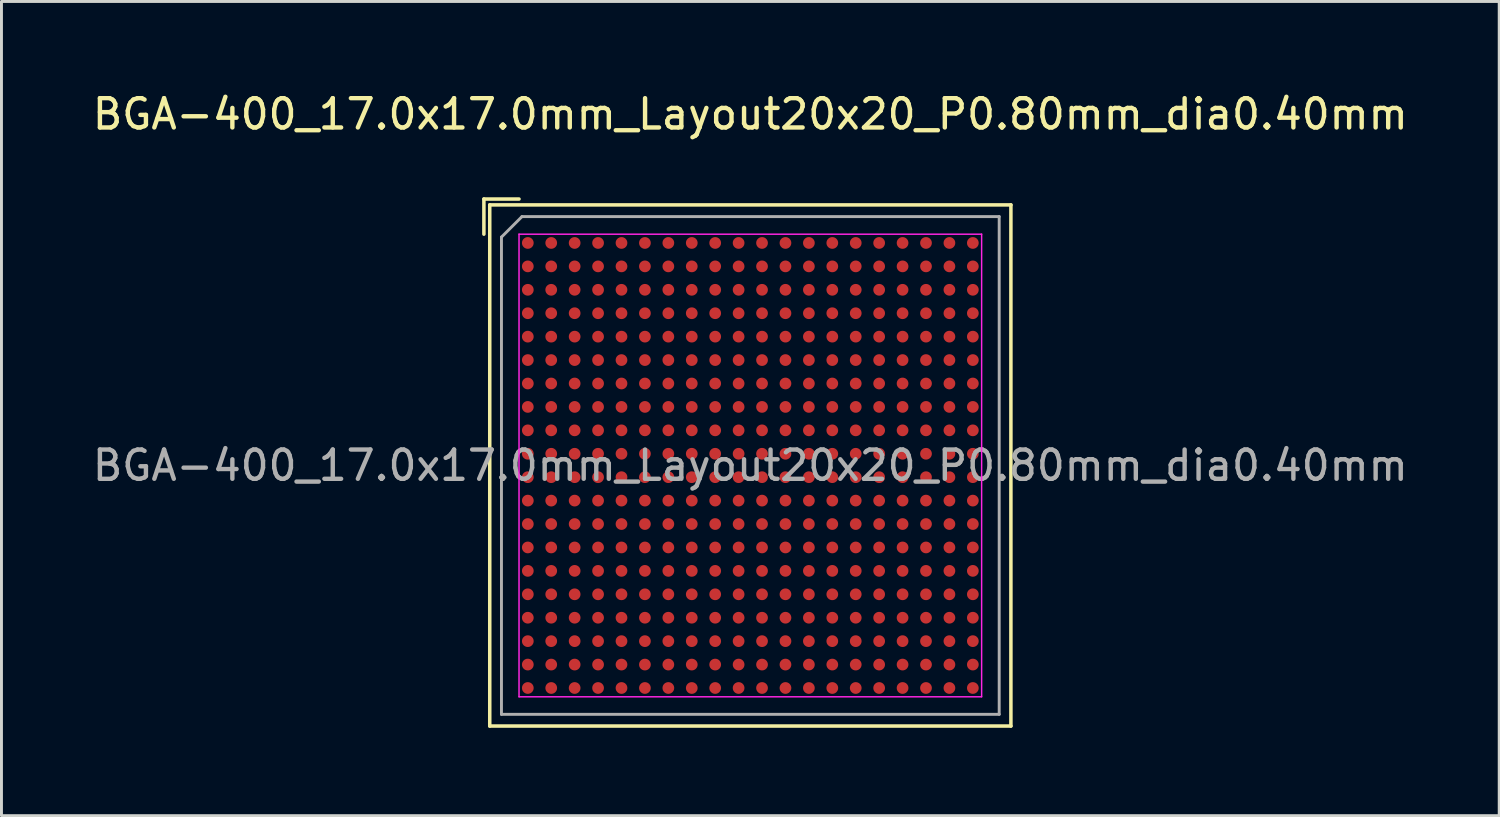
<source format=kicad_pcb>
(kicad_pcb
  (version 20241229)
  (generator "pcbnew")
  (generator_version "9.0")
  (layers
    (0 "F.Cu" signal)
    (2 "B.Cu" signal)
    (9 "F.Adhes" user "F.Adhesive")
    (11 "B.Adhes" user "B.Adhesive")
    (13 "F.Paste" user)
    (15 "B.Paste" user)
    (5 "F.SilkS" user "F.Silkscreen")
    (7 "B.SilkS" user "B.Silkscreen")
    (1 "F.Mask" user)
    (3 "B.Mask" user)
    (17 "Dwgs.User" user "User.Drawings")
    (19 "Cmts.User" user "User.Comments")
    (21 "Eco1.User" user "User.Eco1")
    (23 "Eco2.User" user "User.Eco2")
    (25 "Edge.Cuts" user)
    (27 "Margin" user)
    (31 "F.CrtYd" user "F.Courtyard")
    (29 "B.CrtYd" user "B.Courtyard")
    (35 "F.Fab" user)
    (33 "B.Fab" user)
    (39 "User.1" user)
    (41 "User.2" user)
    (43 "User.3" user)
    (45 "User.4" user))
  (footprint "BGA-400_17.0x17.0mm_Layout20x20_P0.80mm_dia0.40mm"
    (layer "F.Cu")
    (at 22.577 12.848)
    (property "Reference" "BGA-400_17.0x17.0mm_Layout20x20_P0.80mm_dia0.40mm" (at 0 -12 0) (layer "F.SilkS") (effects (font (size 1 1) (thickness 0.15))))
    (attr smd)
    (fp_line (start -9.1 -9.1) (end -7.9 -9.1) (stroke (width 0.12) (type solid)) (layer "F.SilkS"))
    (fp_line (start -9.1 -7.9) (end -9.1 -9.1) (stroke (width 0.12) (type solid)) (layer "F.SilkS"))
    (fp_line (start -8.9 -8.9) (end 8.9 -8.9) (stroke (width 0.12) (type solid)) (layer "F.SilkS"))
    (fp_line (start -8.9 8.9) (end -8.9 -8.9) (stroke (width 0.12) (type solid)) (layer "F.SilkS"))
    (fp_line (start 8.9 -8.9) (end 8.9 8.9) (stroke (width 0.12) (type solid)) (layer "F.SilkS"))
    (fp_line (start 8.9 8.9) (end -8.9 8.9) (stroke (width 0.12) (type solid)) (layer "F.SilkS"))
    (fp_line (start -7.9 -7.9) (end -7.9 7.9) (stroke (width 0.05) (type solid)) (layer "F.CrtYd"))
    (fp_line (start -7.9 -7.9) (end 7.9 -7.9) (stroke (width 0.05) (type solid)) (layer "F.CrtYd"))
    (fp_line (start 7.9 7.9) (end -7.9 7.9) (stroke (width 0.05) (type solid)) (layer "F.CrtYd"))
    (fp_line (start 7.9 7.9) (end 7.9 -7.9) (stroke (width 0.05) (type solid)) (layer "F.CrtYd"))
    (fp_line (start -8.5 -7.8) (end -7.8 -8.5) (stroke (width 0.1) (type solid)) (layer "F.Fab"))
    (fp_line (start -8.5 8.5) (end -8.5 -7.8) (stroke (width 0.1) (type solid)) (layer "F.Fab"))
    (fp_line (start -7.8 -8.5) (end 8.5 -8.5) (stroke (width 0.1) (type solid)) (layer "F.Fab"))
    (fp_line (start 8.5 -8.5) (end 8.5 8.5) (stroke (width 0.1) (type solid)) (layer "F.Fab"))
    (fp_line (start 8.5 8.5) (end -8.5 8.5) (stroke (width 0.1) (type solid)) (layer "F.Fab"))
    (fp_text user "${REFERENCE}" (at 0 0 0) (layer "F.Fab") (effects (font (size 1 1) (thickness 0.15))))
    (pad "A1" smd circle (at -7.6 -7.6) (size 0.4 0.4) (layers "F.Cu" "F.Mask" "F.Paste"))
    (pad "A2" smd circle (at -6.8 -7.6) (size 0.4 0.4) (layers "F.Cu" "F.Mask" "F.Paste"))
    (pad "A3" smd circle (at -6 -7.6) (size 0.4 0.4) (layers "F.Cu" "F.Mask" "F.Paste"))
    (pad "A4" smd circle (at -5.2 -7.6) (size 0.4 0.4) (layers "F.Cu" "F.Mask" "F.Paste"))
    (pad "A5" smd circle (at -4.4 -7.6) (size 0.4 0.4) (layers "F.Cu" "F.Mask" "F.Paste"))
    (pad "A6" smd circle (at -3.6 -7.6) (size 0.4 0.4) (layers "F.Cu" "F.Mask" "F.Paste"))
    (pad "A7" smd circle (at -2.8 -7.6) (size 0.4 0.4) (layers "F.Cu" "F.Mask" "F.Paste"))
    (pad "A8" smd circle (at -2 -7.6) (size 0.4 0.4) (layers "F.Cu" "F.Mask" "F.Paste"))
    (pad "A9" smd circle (at -1.2 -7.6) (size 0.4 0.4) (layers "F.Cu" "F.Mask" "F.Paste"))
    (pad "A10" smd circle (at -0.4 -7.6) (size 0.4 0.4) (layers "F.Cu" "F.Mask" "F.Paste"))
    (pad "A11" smd circle (at 0.4 -7.6) (size 0.4 0.4) (layers "F.Cu" "F.Mask" "F.Paste"))
    (pad "A12" smd circle (at 1.2 -7.6) (size 0.4 0.4) (layers "F.Cu" "F.Mask" "F.Paste"))
    (pad "A13" smd circle (at 2 -7.6) (size 0.4 0.4) (layers "F.Cu" "F.Mask" "F.Paste"))
    (pad "A14" smd circle (at 2.8 -7.6) (size 0.4 0.4) (layers "F.Cu" "F.Mask" "F.Paste"))
    (pad "A15" smd circle (at 3.6 -7.6) (size 0.4 0.4) (layers "F.Cu" "F.Mask" "F.Paste"))
    (pad "A16" smd circle (at 4.4 -7.6) (size 0.4 0.4) (layers "F.Cu" "F.Mask" "F.Paste"))
    (pad "A17" smd circle (at 5.2 -7.6) (size 0.4 0.4) (layers "F.Cu" "F.Mask" "F.Paste"))
    (pad "A18" smd circle (at 6 -7.6) (size 0.4 0.4) (layers "F.Cu" "F.Mask" "F.Paste"))
    (pad "A19" smd circle (at 6.8 -7.6) (size 0.4 0.4) (layers "F.Cu" "F.Mask" "F.Paste"))
    (pad "A20" smd circle (at 7.6 -7.6) (size 0.4 0.4) (layers "F.Cu" "F.Mask" "F.Paste"))
    (pad "B1" smd circle (at -7.6 -6.8) (size 0.4 0.4) (layers "F.Cu" "F.Mask" "F.Paste"))
    (pad "B2" smd circle (at -6.8 -6.8) (size 0.4 0.4) (layers "F.Cu" "F.Mask" "F.Paste"))
    (pad "B3" smd circle (at -6 -6.8) (size 0.4 0.4) (layers "F.Cu" "F.Mask" "F.Paste"))
    (pad "B4" smd circle (at -5.2 -6.8) (size 0.4 0.4) (layers "F.Cu" "F.Mask" "F.Paste"))
    (pad "B5" smd circle (at -4.4 -6.8) (size 0.4 0.4) (layers "F.Cu" "F.Mask" "F.Paste"))
    (pad "B6" smd circle (at -3.6 -6.8) (size 0.4 0.4) (layers "F.Cu" "F.Mask" "F.Paste"))
    (pad "B7" smd circle (at -2.8 -6.8) (size 0.4 0.4) (layers "F.Cu" "F.Mask" "F.Paste"))
    (pad "B8" smd circle (at -2 -6.8) (size 0.4 0.4) (layers "F.Cu" "F.Mask" "F.Paste"))
    (pad "B9" smd circle (at -1.2 -6.8) (size 0.4 0.4) (layers "F.Cu" "F.Mask" "F.Paste"))
    (pad "B10" smd circle (at -0.4 -6.8) (size 0.4 0.4) (layers "F.Cu" "F.Mask" "F.Paste"))
    (pad "B11" smd circle (at 0.4 -6.8) (size 0.4 0.4) (layers "F.Cu" "F.Mask" "F.Paste"))
    (pad "B12" smd circle (at 1.2 -6.8) (size 0.4 0.4) (layers "F.Cu" "F.Mask" "F.Paste"))
    (pad "B13" smd circle (at 2 -6.8) (size 0.4 0.4) (layers "F.Cu" "F.Mask" "F.Paste"))
    (pad "B14" smd circle (at 2.8 -6.8) (size 0.4 0.4) (layers "F.Cu" "F.Mask" "F.Paste"))
    (pad "B15" smd circle (at 3.6 -6.8) (size 0.4 0.4) (layers "F.Cu" "F.Mask" "F.Paste"))
    (pad "B16" smd circle (at 4.4 -6.8) (size 0.4 0.4) (layers "F.Cu" "F.Mask" "F.Paste"))
    (pad "B17" smd circle (at 5.2 -6.8) (size 0.4 0.4) (layers "F.Cu" "F.Mask" "F.Paste"))
    (pad "B18" smd circle (at 6 -6.8) (size 0.4 0.4) (layers "F.Cu" "F.Mask" "F.Paste"))
    (pad "B19" smd circle (at 6.8 -6.8) (size 0.4 0.4) (layers "F.Cu" "F.Mask" "F.Paste"))
    (pad "B20" smd circle (at 7.6 -6.8) (size 0.4 0.4) (layers "F.Cu" "F.Mask" "F.Paste"))
    (pad "C1" smd circle (at -7.6 -6) (size 0.4 0.4) (layers "F.Cu" "F.Mask" "F.Paste"))
    (pad "C2" smd circle (at -6.8 -6) (size 0.4 0.4) (layers "F.Cu" "F.Mask" "F.Paste"))
    (pad "C3" smd circle (at -6 -6) (size 0.4 0.4) (layers "F.Cu" "F.Mask" "F.Paste"))
    (pad "C4" smd circle (at -5.2 -6) (size 0.4 0.4) (layers "F.Cu" "F.Mask" "F.Paste"))
    (pad "C5" smd circle (at -4.4 -6) (size 0.4 0.4) (layers "F.Cu" "F.Mask" "F.Paste"))
    (pad "C6" smd circle (at -3.6 -6) (size 0.4 0.4) (layers "F.Cu" "F.Mask" "F.Paste"))
    (pad "C7" smd circle (at -2.8 -6) (size 0.4 0.4) (layers "F.Cu" "F.Mask" "F.Paste"))
    (pad "C8" smd circle (at -2 -6) (size 0.4 0.4) (layers "F.Cu" "F.Mask" "F.Paste"))
    (pad "C9" smd circle (at -1.2 -6) (size 0.4 0.4) (layers "F.Cu" "F.Mask" "F.Paste"))
    (pad "C10" smd circle (at -0.4 -6) (size 0.4 0.4) (layers "F.Cu" "F.Mask" "F.Paste"))
    (pad "C11" smd circle (at 0.4 -6) (size 0.4 0.4) (layers "F.Cu" "F.Mask" "F.Paste"))
    (pad "C12" smd circle (at 1.2 -6) (size 0.4 0.4) (layers "F.Cu" "F.Mask" "F.Paste"))
    (pad "C13" smd circle (at 2 -6) (size 0.4 0.4) (layers "F.Cu" "F.Mask" "F.Paste"))
    (pad "C14" smd circle (at 2.8 -6) (size 0.4 0.4) (layers "F.Cu" "F.Mask" "F.Paste"))
    (pad "C15" smd circle (at 3.6 -6) (size 0.4 0.4) (layers "F.Cu" "F.Mask" "F.Paste"))
    (pad "C16" smd circle (at 4.4 -6) (size 0.4 0.4) (layers "F.Cu" "F.Mask" "F.Paste"))
    (pad "C17" smd circle (at 5.2 -6) (size 0.4 0.4) (layers "F.Cu" "F.Mask" "F.Paste"))
    (pad "C18" smd circle (at 6 -6) (size 0.4 0.4) (layers "F.Cu" "F.Mask" "F.Paste"))
    (pad "C19" smd circle (at 6.8 -6) (size 0.4 0.4) (layers "F.Cu" "F.Mask" "F.Paste"))
    (pad "C20" smd circle (at 7.6 -6) (size 0.4 0.4) (layers "F.Cu" "F.Mask" "F.Paste"))
    (pad "D1" smd circle (at -7.6 -5.2) (size 0.4 0.4) (layers "F.Cu" "F.Mask" "F.Paste"))
    (pad "D2" smd circle (at -6.8 -5.2) (size 0.4 0.4) (layers "F.Cu" "F.Mask" "F.Paste"))
    (pad "D3" smd circle (at -6 -5.2) (size 0.4 0.4) (layers "F.Cu" "F.Mask" "F.Paste"))
    (pad "D4" smd circle (at -5.2 -5.2) (size 0.4 0.4) (layers "F.Cu" "F.Mask" "F.Paste"))
    (pad "D5" smd circle (at -4.4 -5.2) (size 0.4 0.4) (layers "F.Cu" "F.Mask" "F.Paste"))
    (pad "D6" smd circle (at -3.6 -5.2) (size 0.4 0.4) (layers "F.Cu" "F.Mask" "F.Paste"))
    (pad "D7" smd circle (at -2.8 -5.2) (size 0.4 0.4) (layers "F.Cu" "F.Mask" "F.Paste"))
    (pad "D8" smd circle (at -2 -5.2) (size 0.4 0.4) (layers "F.Cu" "F.Mask" "F.Paste"))
    (pad "D9" smd circle (at -1.2 -5.2) (size 0.4 0.4) (layers "F.Cu" "F.Mask" "F.Paste"))
    (pad "D10" smd circle (at -0.4 -5.2) (size 0.4 0.4) (layers "F.Cu" "F.Mask" "F.Paste"))
    (pad "D11" smd circle (at 0.4 -5.2) (size 0.4 0.4) (layers "F.Cu" "F.Mask" "F.Paste"))
    (pad "D12" smd circle (at 1.2 -5.2) (size 0.4 0.4) (layers "F.Cu" "F.Mask" "F.Paste"))
    (pad "D13" smd circle (at 2 -5.2) (size 0.4 0.4) (layers "F.Cu" "F.Mask" "F.Paste"))
    (pad "D14" smd circle (at 2.8 -5.2) (size 0.4 0.4) (layers "F.Cu" "F.Mask" "F.Paste"))
    (pad "D15" smd circle (at 3.6 -5.2) (size 0.4 0.4) (layers "F.Cu" "F.Mask" "F.Paste"))
    (pad "D16" smd circle (at 4.4 -5.2) (size 0.4 0.4) (layers "F.Cu" "F.Mask" "F.Paste"))
    (pad "D17" smd circle (at 5.2 -5.2) (size 0.4 0.4) (layers "F.Cu" "F.Mask" "F.Paste"))
    (pad "D18" smd circle (at 6 -5.2) (size 0.4 0.4) (layers "F.Cu" "F.Mask" "F.Paste"))
    (pad "D19" smd circle (at 6.8 -5.2) (size 0.4 0.4) (layers "F.Cu" "F.Mask" "F.Paste"))
    (pad "D20" smd circle (at 7.6 -5.2) (size 0.4 0.4) (layers "F.Cu" "F.Mask" "F.Paste"))
    (pad "E1" smd circle (at -7.6 -4.4) (size 0.4 0.4) (layers "F.Cu" "F.Mask" "F.Paste"))
    (pad "E2" smd circle (at -6.8 -4.4) (size 0.4 0.4) (layers "F.Cu" "F.Mask" "F.Paste"))
    (pad "E3" smd circle (at -6 -4.4) (size 0.4 0.4) (layers "F.Cu" "F.Mask" "F.Paste"))
    (pad "E4" smd circle (at -5.2 -4.4) (size 0.4 0.4) (layers "F.Cu" "F.Mask" "F.Paste"))
    (pad "E5" smd circle (at -4.4 -4.4) (size 0.4 0.4) (layers "F.Cu" "F.Mask" "F.Paste"))
    (pad "E6" smd circle (at -3.6 -4.4) (size 0.4 0.4) (layers "F.Cu" "F.Mask" "F.Paste"))
    (pad "E7" smd circle (at -2.8 -4.4) (size 0.4 0.4) (layers "F.Cu" "F.Mask" "F.Paste"))
    (pad "E8" smd circle (at -2 -4.4) (size 0.4 0.4) (layers "F.Cu" "F.Mask" "F.Paste"))
    (pad "E9" smd circle (at -1.2 -4.4) (size 0.4 0.4) (layers "F.Cu" "F.Mask" "F.Paste"))
    (pad "E10" smd circle (at -0.4 -4.4) (size 0.4 0.4) (layers "F.Cu" "F.Mask" "F.Paste"))
    (pad "E11" smd circle (at 0.4 -4.4) (size 0.4 0.4) (layers "F.Cu" "F.Mask" "F.Paste"))
    (pad "E12" smd circle (at 1.2 -4.4) (size 0.4 0.4) (layers "F.Cu" "F.Mask" "F.Paste"))
    (pad "E13" smd circle (at 2 -4.4) (size 0.4 0.4) (layers "F.Cu" "F.Mask" "F.Paste"))
    (pad "E14" smd circle (at 2.8 -4.4) (size 0.4 0.4) (layers "F.Cu" "F.Mask" "F.Paste"))
    (pad "E15" smd circle (at 3.6 -4.4) (size 0.4 0.4) (layers "F.Cu" "F.Mask" "F.Paste"))
    (pad "E16" smd circle (at 4.4 -4.4) (size 0.4 0.4) (layers "F.Cu" "F.Mask" "F.Paste"))
    (pad "E17" smd circle (at 5.2 -4.4) (size 0.4 0.4) (layers "F.Cu" "F.Mask" "F.Paste"))
    (pad "E18" smd circle (at 6 -4.4) (size 0.4 0.4) (layers "F.Cu" "F.Mask" "F.Paste"))
    (pad "E19" smd circle (at 6.8 -4.4) (size 0.4 0.4) (layers "F.Cu" "F.Mask" "F.Paste"))
    (pad "E20" smd circle (at 7.6 -4.4) (size 0.4 0.4) (layers "F.Cu" "F.Mask" "F.Paste"))
    (pad "F1" smd circle (at -7.6 -3.6) (size 0.4 0.4) (layers "F.Cu" "F.Mask" "F.Paste"))
    (pad "F2" smd circle (at -6.8 -3.6) (size 0.4 0.4) (layers "F.Cu" "F.Mask" "F.Paste"))
    (pad "F3" smd circle (at -6 -3.6) (size 0.4 0.4) (layers "F.Cu" "F.Mask" "F.Paste"))
    (pad "F4" smd circle (at -5.2 -3.6) (size 0.4 0.4) (layers "F.Cu" "F.Mask" "F.Paste"))
    (pad "F5" smd circle (at -4.4 -3.6) (size 0.4 0.4) (layers "F.Cu" "F.Mask" "F.Paste"))
    (pad "F6" smd circle (at -3.6 -3.6) (size 0.4 0.4) (layers "F.Cu" "F.Mask" "F.Paste"))
    (pad "F7" smd circle (at -2.8 -3.6) (size 0.4 0.4) (layers "F.Cu" "F.Mask" "F.Paste"))
    (pad "F8" smd circle (at -2 -3.6) (size 0.4 0.4) (layers "F.Cu" "F.Mask" "F.Paste"))
    (pad "F9" smd circle (at -1.2 -3.6) (size 0.4 0.4) (layers "F.Cu" "F.Mask" "F.Paste"))
    (pad "F10" smd circle (at -0.4 -3.6) (size 0.4 0.4) (layers "F.Cu" "F.Mask" "F.Paste"))
    (pad "F11" smd circle (at 0.4 -3.6) (size 0.4 0.4) (layers "F.Cu" "F.Mask" "F.Paste"))
    (pad "F12" smd circle (at 1.2 -3.6) (size 0.4 0.4) (layers "F.Cu" "F.Mask" "F.Paste"))
    (pad "F13" smd circle (at 2 -3.6) (size 0.4 0.4) (layers "F.Cu" "F.Mask" "F.Paste"))
    (pad "F14" smd circle (at 2.8 -3.6) (size 0.4 0.4) (layers "F.Cu" "F.Mask" "F.Paste"))
    (pad "F15" smd circle (at 3.6 -3.6) (size 0.4 0.4) (layers "F.Cu" "F.Mask" "F.Paste"))
    (pad "F16" smd circle (at 4.4 -3.6) (size 0.4 0.4) (layers "F.Cu" "F.Mask" "F.Paste"))
    (pad "F17" smd circle (at 5.2 -3.6) (size 0.4 0.4) (layers "F.Cu" "F.Mask" "F.Paste"))
    (pad "F18" smd circle (at 6 -3.6) (size 0.4 0.4) (layers "F.Cu" "F.Mask" "F.Paste"))
    (pad "F19" smd circle (at 6.8 -3.6) (size 0.4 0.4) (layers "F.Cu" "F.Mask" "F.Paste"))
    (pad "F20" smd circle (at 7.6 -3.6) (size 0.4 0.4) (layers "F.Cu" "F.Mask" "F.Paste"))
    (pad "G1" smd circle (at -7.6 -2.8) (size 0.4 0.4) (layers "F.Cu" "F.Mask" "F.Paste"))
    (pad "G2" smd circle (at -6.8 -2.8) (size 0.4 0.4) (layers "F.Cu" "F.Mask" "F.Paste"))
    (pad "G3" smd circle (at -6 -2.8) (size 0.4 0.4) (layers "F.Cu" "F.Mask" "F.Paste"))
    (pad "G4" smd circle (at -5.2 -2.8) (size 0.4 0.4) (layers "F.Cu" "F.Mask" "F.Paste"))
    (pad "G5" smd circle (at -4.4 -2.8) (size 0.4 0.4) (layers "F.Cu" "F.Mask" "F.Paste"))
    (pad "G6" smd circle (at -3.6 -2.8) (size 0.4 0.4) (layers "F.Cu" "F.Mask" "F.Paste"))
    (pad "G7" smd circle (at -2.8 -2.8) (size 0.4 0.4) (layers "F.Cu" "F.Mask" "F.Paste"))
    (pad "G8" smd circle (at -2 -2.8) (size 0.4 0.4) (layers "F.Cu" "F.Mask" "F.Paste"))
    (pad "G9" smd circle (at -1.2 -2.8) (size 0.4 0.4) (layers "F.Cu" "F.Mask" "F.Paste"))
    (pad "G10" smd circle (at -0.4 -2.8) (size 0.4 0.4) (layers "F.Cu" "F.Mask" "F.Paste"))
    (pad "G11" smd circle (at 0.4 -2.8) (size 0.4 0.4) (layers "F.Cu" "F.Mask" "F.Paste"))
    (pad "G12" smd circle (at 1.2 -2.8) (size 0.4 0.4) (layers "F.Cu" "F.Mask" "F.Paste"))
    (pad "G13" smd circle (at 2 -2.8) (size 0.4 0.4) (layers "F.Cu" "F.Mask" "F.Paste"))
    (pad "G14" smd circle (at 2.8 -2.8) (size 0.4 0.4) (layers "F.Cu" "F.Mask" "F.Paste"))
    (pad "G15" smd circle (at 3.6 -2.8) (size 0.4 0.4) (layers "F.Cu" "F.Mask" "F.Paste"))
    (pad "G16" smd circle (at 4.4 -2.8) (size 0.4 0.4) (layers "F.Cu" "F.Mask" "F.Paste"))
    (pad "G17" smd circle (at 5.2 -2.8) (size 0.4 0.4) (layers "F.Cu" "F.Mask" "F.Paste"))
    (pad "G18" smd circle (at 6 -2.8) (size 0.4 0.4) (layers "F.Cu" "F.Mask" "F.Paste"))
    (pad "G19" smd circle (at 6.8 -2.8) (size 0.4 0.4) (layers "F.Cu" "F.Mask" "F.Paste"))
    (pad "G20" smd circle (at 7.6 -2.8) (size 0.4 0.4) (layers "F.Cu" "F.Mask" "F.Paste"))
    (pad "H1" smd circle (at -7.6 -2) (size 0.4 0.4) (layers "F.Cu" "F.Mask" "F.Paste"))
    (pad "H2" smd circle (at -6.8 -2) (size 0.4 0.4) (layers "F.Cu" "F.Mask" "F.Paste"))
    (pad "H3" smd circle (at -6 -2) (size 0.4 0.4) (layers "F.Cu" "F.Mask" "F.Paste"))
    (pad "H4" smd circle (at -5.2 -2) (size 0.4 0.4) (layers "F.Cu" "F.Mask" "F.Paste"))
    (pad "H5" smd circle (at -4.4 -2) (size 0.4 0.4) (layers "F.Cu" "F.Mask" "F.Paste"))
    (pad "H6" smd circle (at -3.6 -2) (size 0.4 0.4) (layers "F.Cu" "F.Mask" "F.Paste"))
    (pad "H7" smd circle (at -2.8 -2) (size 0.4 0.4) (layers "F.Cu" "F.Mask" "F.Paste"))
    (pad "H8" smd circle (at -2 -2) (size 0.4 0.4) (layers "F.Cu" "F.Mask" "F.Paste"))
    (pad "H9" smd circle (at -1.2 -2) (size 0.4 0.4) (layers "F.Cu" "F.Mask" "F.Paste"))
    (pad "H10" smd circle (at -0.4 -2) (size 0.4 0.4) (layers "F.Cu" "F.Mask" "F.Paste"))
    (pad "H11" smd circle (at 0.4 -2) (size 0.4 0.4) (layers "F.Cu" "F.Mask" "F.Paste"))
    (pad "H12" smd circle (at 1.2 -2) (size 0.4 0.4) (layers "F.Cu" "F.Mask" "F.Paste"))
    (pad "H13" smd circle (at 2 -2) (size 0.4 0.4) (layers "F.Cu" "F.Mask" "F.Paste"))
    (pad "H14" smd circle (at 2.8 -2) (size 0.4 0.4) (layers "F.Cu" "F.Mask" "F.Paste"))
    (pad "H15" smd circle (at 3.6 -2) (size 0.4 0.4) (layers "F.Cu" "F.Mask" "F.Paste"))
    (pad "H16" smd circle (at 4.4 -2) (size 0.4 0.4) (layers "F.Cu" "F.Mask" "F.Paste"))
    (pad "H17" smd circle (at 5.2 -2) (size 0.4 0.4) (layers "F.Cu" "F.Mask" "F.Paste"))
    (pad "H18" smd circle (at 6 -2) (size 0.4 0.4) (layers "F.Cu" "F.Mask" "F.Paste"))
    (pad "H19" smd circle (at 6.8 -2) (size 0.4 0.4) (layers "F.Cu" "F.Mask" "F.Paste"))
    (pad "H20" smd circle (at 7.6 -2) (size 0.4 0.4) (layers "F.Cu" "F.Mask" "F.Paste"))
    (pad "J1" smd circle (at -7.6 -1.2) (size 0.4 0.4) (layers "F.Cu" "F.Mask" "F.Paste"))
    (pad "J2" smd circle (at -6.8 -1.2) (size 0.4 0.4) (layers "F.Cu" "F.Mask" "F.Paste"))
    (pad "J3" smd circle (at -6 -1.2) (size 0.4 0.4) (layers "F.Cu" "F.Mask" "F.Paste"))
    (pad "J4" smd circle (at -5.2 -1.2) (size 0.4 0.4) (layers "F.Cu" "F.Mask" "F.Paste"))
    (pad "J5" smd circle (at -4.4 -1.2) (size 0.4 0.4) (layers "F.Cu" "F.Mask" "F.Paste"))
    (pad "J6" smd circle (at -3.6 -1.2) (size 0.4 0.4) (layers "F.Cu" "F.Mask" "F.Paste"))
    (pad "J7" smd circle (at -2.8 -1.2) (size 0.4 0.4) (layers "F.Cu" "F.Mask" "F.Paste"))
    (pad "J8" smd circle (at -2 -1.2) (size 0.4 0.4) (layers "F.Cu" "F.Mask" "F.Paste"))
    (pad "J9" smd circle (at -1.2 -1.2) (size 0.4 0.4) (layers "F.Cu" "F.Mask" "F.Paste"))
    (pad "J10" smd circle (at -0.4 -1.2) (size 0.4 0.4) (layers "F.Cu" "F.Mask" "F.Paste"))
    (pad "J11" smd circle (at 0.4 -1.2) (size 0.4 0.4) (layers "F.Cu" "F.Mask" "F.Paste"))
    (pad "J12" smd circle (at 1.2 -1.2) (size 0.4 0.4) (layers "F.Cu" "F.Mask" "F.Paste"))
    (pad "J13" smd circle (at 2 -1.2) (size 0.4 0.4) (layers "F.Cu" "F.Mask" "F.Paste"))
    (pad "J14" smd circle (at 2.8 -1.2) (size 0.4 0.4) (layers "F.Cu" "F.Mask" "F.Paste"))
    (pad "J15" smd circle (at 3.6 -1.2) (size 0.4 0.4) (layers "F.Cu" "F.Mask" "F.Paste"))
    (pad "J16" smd circle (at 4.4 -1.2) (size 0.4 0.4) (layers "F.Cu" "F.Mask" "F.Paste"))
    (pad "J17" smd circle (at 5.2 -1.2) (size 0.4 0.4) (layers "F.Cu" "F.Mask" "F.Paste"))
    (pad "J18" smd circle (at 6 -1.2) (size 0.4 0.4) (layers "F.Cu" "F.Mask" "F.Paste"))
    (pad "J19" smd circle (at 6.8 -1.2) (size 0.4 0.4) (layers "F.Cu" "F.Mask" "F.Paste"))
    (pad "J20" smd circle (at 7.6 -1.2) (size 0.4 0.4) (layers "F.Cu" "F.Mask" "F.Paste"))
    (pad "K1" smd circle (at -7.6 -0.4) (size 0.4 0.4) (layers "F.Cu" "F.Mask" "F.Paste"))
    (pad "K2" smd circle (at -6.8 -0.4) (size 0.4 0.4) (layers "F.Cu" "F.Mask" "F.Paste"))
    (pad "K3" smd circle (at -6 -0.4) (size 0.4 0.4) (layers "F.Cu" "F.Mask" "F.Paste"))
    (pad "K4" smd circle (at -5.2 -0.4) (size 0.4 0.4) (layers "F.Cu" "F.Mask" "F.Paste"))
    (pad "K5" smd circle (at -4.4 -0.4) (size 0.4 0.4) (layers "F.Cu" "F.Mask" "F.Paste"))
    (pad "K6" smd circle (at -3.6 -0.4) (size 0.4 0.4) (layers "F.Cu" "F.Mask" "F.Paste"))
    (pad "K7" smd circle (at -2.8 -0.4) (size 0.4 0.4) (layers "F.Cu" "F.Mask" "F.Paste"))
    (pad "K8" smd circle (at -2 -0.4) (size 0.4 0.4) (layers "F.Cu" "F.Mask" "F.Paste"))
    (pad "K9" smd circle (at -1.2 -0.4) (size 0.4 0.4) (layers "F.Cu" "F.Mask" "F.Paste"))
    (pad "K10" smd circle (at -0.4 -0.4) (size 0.4 0.4) (layers "F.Cu" "F.Mask" "F.Paste"))
    (pad "K11" smd circle (at 0.4 -0.4) (size 0.4 0.4) (layers "F.Cu" "F.Mask" "F.Paste"))
    (pad "K12" smd circle (at 1.2 -0.4) (size 0.4 0.4) (layers "F.Cu" "F.Mask" "F.Paste"))
    (pad "K13" smd circle (at 2 -0.4) (size 0.4 0.4) (layers "F.Cu" "F.Mask" "F.Paste"))
    (pad "K14" smd circle (at 2.8 -0.4) (size 0.4 0.4) (layers "F.Cu" "F.Mask" "F.Paste"))
    (pad "K15" smd circle (at 3.6 -0.4) (size 0.4 0.4) (layers "F.Cu" "F.Mask" "F.Paste"))
    (pad "K16" smd circle (at 4.4 -0.4) (size 0.4 0.4) (layers "F.Cu" "F.Mask" "F.Paste"))
    (pad "K17" smd circle (at 5.2 -0.4) (size 0.4 0.4) (layers "F.Cu" "F.Mask" "F.Paste"))
    (pad "K18" smd circle (at 6 -0.4) (size 0.4 0.4) (layers "F.Cu" "F.Mask" "F.Paste"))
    (pad "K19" smd circle (at 6.8 -0.4) (size 0.4 0.4) (layers "F.Cu" "F.Mask" "F.Paste"))
    (pad "K20" smd circle (at 7.6 -0.4) (size 0.4 0.4) (layers "F.Cu" "F.Mask" "F.Paste"))
    (pad "L1" smd circle (at -7.6 0.4) (size 0.4 0.4) (layers "F.Cu" "F.Mask" "F.Paste"))
    (pad "L2" smd circle (at -6.8 0.4) (size 0.4 0.4) (layers "F.Cu" "F.Mask" "F.Paste"))
    (pad "L3" smd circle (at -6 0.4) (size 0.4 0.4) (layers "F.Cu" "F.Mask" "F.Paste"))
    (pad "L4" smd circle (at -5.2 0.4) (size 0.4 0.4) (layers "F.Cu" "F.Mask" "F.Paste"))
    (pad "L5" smd circle (at -4.4 0.4) (size 0.4 0.4) (layers "F.Cu" "F.Mask" "F.Paste"))
    (pad "L6" smd circle (at -3.6 0.4) (size 0.4 0.4) (layers "F.Cu" "F.Mask" "F.Paste"))
    (pad "L7" smd circle (at -2.8 0.4) (size 0.4 0.4) (layers "F.Cu" "F.Mask" "F.Paste"))
    (pad "L8" smd circle (at -2 0.4) (size 0.4 0.4) (layers "F.Cu" "F.Mask" "F.Paste"))
    (pad "L9" smd circle (at -1.2 0.4) (size 0.4 0.4) (layers "F.Cu" "F.Mask" "F.Paste"))
    (pad "L10" smd circle (at -0.4 0.4) (size 0.4 0.4) (layers "F.Cu" "F.Mask" "F.Paste"))
    (pad "L11" smd circle (at 0.4 0.4) (size 0.4 0.4) (layers "F.Cu" "F.Mask" "F.Paste"))
    (pad "L12" smd circle (at 1.2 0.4) (size 0.4 0.4) (layers "F.Cu" "F.Mask" "F.Paste"))
    (pad "L13" smd circle (at 2 0.4) (size 0.4 0.4) (layers "F.Cu" "F.Mask" "F.Paste"))
    (pad "L14" smd circle (at 2.8 0.4) (size 0.4 0.4) (layers "F.Cu" "F.Mask" "F.Paste"))
    (pad "L15" smd circle (at 3.6 0.4) (size 0.4 0.4) (layers "F.Cu" "F.Mask" "F.Paste"))
    (pad "L16" smd circle (at 4.4 0.4) (size 0.4 0.4) (layers "F.Cu" "F.Mask" "F.Paste"))
    (pad "L17" smd circle (at 5.2 0.4) (size 0.4 0.4) (layers "F.Cu" "F.Mask" "F.Paste"))
    (pad "L18" smd circle (at 6 0.4) (size 0.4 0.4) (layers "F.Cu" "F.Mask" "F.Paste"))
    (pad "L19" smd circle (at 6.8 0.4) (size 0.4 0.4) (layers "F.Cu" "F.Mask" "F.Paste"))
    (pad "L20" smd circle (at 7.6 0.4) (size 0.4 0.4) (layers "F.Cu" "F.Mask" "F.Paste"))
    (pad "M1" smd circle (at -7.6 1.2) (size 0.4 0.4) (layers "F.Cu" "F.Mask" "F.Paste"))
    (pad "M2" smd circle (at -6.8 1.2) (size 0.4 0.4) (layers "F.Cu" "F.Mask" "F.Paste"))
    (pad "M3" smd circle (at -6 1.2) (size 0.4 0.4) (layers "F.Cu" "F.Mask" "F.Paste"))
    (pad "M4" smd circle (at -5.2 1.2) (size 0.4 0.4) (layers "F.Cu" "F.Mask" "F.Paste"))
    (pad "M5" smd circle (at -4.4 1.2) (size 0.4 0.4) (layers "F.Cu" "F.Mask" "F.Paste"))
    (pad "M6" smd circle (at -3.6 1.2) (size 0.4 0.4) (layers "F.Cu" "F.Mask" "F.Paste"))
    (pad "M7" smd circle (at -2.8 1.2) (size 0.4 0.4) (layers "F.Cu" "F.Mask" "F.Paste"))
    (pad "M8" smd circle (at -2 1.2) (size 0.4 0.4) (layers "F.Cu" "F.Mask" "F.Paste"))
    (pad "M9" smd circle (at -1.2 1.2) (size 0.4 0.4) (layers "F.Cu" "F.Mask" "F.Paste"))
    (pad "M10" smd circle (at -0.4 1.2) (size 0.4 0.4) (layers "F.Cu" "F.Mask" "F.Paste"))
    (pad "M11" smd circle (at 0.4 1.2) (size 0.4 0.4) (layers "F.Cu" "F.Mask" "F.Paste"))
    (pad "M12" smd circle (at 1.2 1.2) (size 0.4 0.4) (layers "F.Cu" "F.Mask" "F.Paste"))
    (pad "M13" smd circle (at 2 1.2) (size 0.4 0.4) (layers "F.Cu" "F.Mask" "F.Paste"))
    (pad "M14" smd circle (at 2.8 1.2) (size 0.4 0.4) (layers "F.Cu" "F.Mask" "F.Paste"))
    (pad "M15" smd circle (at 3.6 1.2) (size 0.4 0.4) (layers "F.Cu" "F.Mask" "F.Paste"))
    (pad "M16" smd circle (at 4.4 1.2) (size 0.4 0.4) (layers "F.Cu" "F.Mask" "F.Paste"))
    (pad "M17" smd circle (at 5.2 1.2) (size 0.4 0.4) (layers "F.Cu" "F.Mask" "F.Paste"))
    (pad "M18" smd circle (at 6 1.2) (size 0.4 0.4) (layers "F.Cu" "F.Mask" "F.Paste"))
    (pad "M19" smd circle (at 6.8 1.2) (size 0.4 0.4) (layers "F.Cu" "F.Mask" "F.Paste"))
    (pad "M20" smd circle (at 7.6 1.2) (size 0.4 0.4) (layers "F.Cu" "F.Mask" "F.Paste"))
    (pad "N1" smd circle (at -7.6 2) (size 0.4 0.4) (layers "F.Cu" "F.Mask" "F.Paste"))
    (pad "N2" smd circle (at -6.8 2) (size 0.4 0.4) (layers "F.Cu" "F.Mask" "F.Paste"))
    (pad "N3" smd circle (at -6 2) (size 0.4 0.4) (layers "F.Cu" "F.Mask" "F.Paste"))
    (pad "N4" smd circle (at -5.2 2) (size 0.4 0.4) (layers "F.Cu" "F.Mask" "F.Paste"))
    (pad "N5" smd circle (at -4.4 2) (size 0.4 0.4) (layers "F.Cu" "F.Mask" "F.Paste"))
    (pad "N6" smd circle (at -3.6 2) (size 0.4 0.4) (layers "F.Cu" "F.Mask" "F.Paste"))
    (pad "N7" smd circle (at -2.8 2) (size 0.4 0.4) (layers "F.Cu" "F.Mask" "F.Paste"))
    (pad "N8" smd circle (at -2 2) (size 0.4 0.4) (layers "F.Cu" "F.Mask" "F.Paste"))
    (pad "N9" smd circle (at -1.2 2) (size 0.4 0.4) (layers "F.Cu" "F.Mask" "F.Paste"))
    (pad "N10" smd circle (at -0.4 2) (size 0.4 0.4) (layers "F.Cu" "F.Mask" "F.Paste"))
    (pad "N11" smd circle (at 0.4 2) (size 0.4 0.4) (layers "F.Cu" "F.Mask" "F.Paste"))
    (pad "N12" smd circle (at 1.2 2) (size 0.4 0.4) (layers "F.Cu" "F.Mask" "F.Paste"))
    (pad "N13" smd circle (at 2 2) (size 0.4 0.4) (layers "F.Cu" "F.Mask" "F.Paste"))
    (pad "N14" smd circle (at 2.8 2) (size 0.4 0.4) (layers "F.Cu" "F.Mask" "F.Paste"))
    (pad "N15" smd circle (at 3.6 2) (size 0.4 0.4) (layers "F.Cu" "F.Mask" "F.Paste"))
    (pad "N16" smd circle (at 4.4 2) (size 0.4 0.4) (layers "F.Cu" "F.Mask" "F.Paste"))
    (pad "N17" smd circle (at 5.2 2) (size 0.4 0.4) (layers "F.Cu" "F.Mask" "F.Paste"))
    (pad "N18" smd circle (at 6 2) (size 0.4 0.4) (layers "F.Cu" "F.Mask" "F.Paste"))
    (pad "N19" smd circle (at 6.8 2) (size 0.4 0.4) (layers "F.Cu" "F.Mask" "F.Paste"))
    (pad "N20" smd circle (at 7.6 2) (size 0.4 0.4) (layers "F.Cu" "F.Mask" "F.Paste"))
    (pad "P1" smd circle (at -7.6 2.8) (size 0.4 0.4) (layers "F.Cu" "F.Mask" "F.Paste"))
    (pad "P2" smd circle (at -6.8 2.8) (size 0.4 0.4) (layers "F.Cu" "F.Mask" "F.Paste"))
    (pad "P3" smd circle (at -6 2.8) (size 0.4 0.4) (layers "F.Cu" "F.Mask" "F.Paste"))
    (pad "P4" smd circle (at -5.2 2.8) (size 0.4 0.4) (layers "F.Cu" "F.Mask" "F.Paste"))
    (pad "P5" smd circle (at -4.4 2.8) (size 0.4 0.4) (layers "F.Cu" "F.Mask" "F.Paste"))
    (pad "P6" smd circle (at -3.6 2.8) (size 0.4 0.4) (layers "F.Cu" "F.Mask" "F.Paste"))
    (pad "P7" smd circle (at -2.8 2.8) (size 0.4 0.4) (layers "F.Cu" "F.Mask" "F.Paste"))
    (pad "P8" smd circle (at -2 2.8) (size 0.4 0.4) (layers "F.Cu" "F.Mask" "F.Paste"))
    (pad "P9" smd circle (at -1.2 2.8) (size 0.4 0.4) (layers "F.Cu" "F.Mask" "F.Paste"))
    (pad "P10" smd circle (at -0.4 2.8) (size 0.4 0.4) (layers "F.Cu" "F.Mask" "F.Paste"))
    (pad "P11" smd circle (at 0.4 2.8) (size 0.4 0.4) (layers "F.Cu" "F.Mask" "F.Paste"))
    (pad "P12" smd circle (at 1.2 2.8) (size 0.4 0.4) (layers "F.Cu" "F.Mask" "F.Paste"))
    (pad "P13" smd circle (at 2 2.8) (size 0.4 0.4) (layers "F.Cu" "F.Mask" "F.Paste"))
    (pad "P14" smd circle (at 2.8 2.8) (size 0.4 0.4) (layers "F.Cu" "F.Mask" "F.Paste"))
    (pad "P15" smd circle (at 3.6 2.8) (size 0.4 0.4) (layers "F.Cu" "F.Mask" "F.Paste"))
    (pad "P16" smd circle (at 4.4 2.8) (size 0.4 0.4) (layers "F.Cu" "F.Mask" "F.Paste"))
    (pad "P17" smd circle (at 5.2 2.8) (size 0.4 0.4) (layers "F.Cu" "F.Mask" "F.Paste"))
    (pad "P18" smd circle (at 6 2.8) (size 0.4 0.4) (layers "F.Cu" "F.Mask" "F.Paste"))
    (pad "P19" smd circle (at 6.8 2.8) (size 0.4 0.4) (layers "F.Cu" "F.Mask" "F.Paste"))
    (pad "P20" smd circle (at 7.6 2.8) (size 0.4 0.4) (layers "F.Cu" "F.Mask" "F.Paste"))
    (pad "R1" smd circle (at -7.6 3.6) (size 0.4 0.4) (layers "F.Cu" "F.Mask" "F.Paste"))
    (pad "R2" smd circle (at -6.8 3.6) (size 0.4 0.4) (layers "F.Cu" "F.Mask" "F.Paste"))
    (pad "R3" smd circle (at -6 3.6) (size 0.4 0.4) (layers "F.Cu" "F.Mask" "F.Paste"))
    (pad "R4" smd circle (at -5.2 3.6) (size 0.4 0.4) (layers "F.Cu" "F.Mask" "F.Paste"))
    (pad "R5" smd circle (at -4.4 3.6) (size 0.4 0.4) (layers "F.Cu" "F.Mask" "F.Paste"))
    (pad "R6" smd circle (at -3.6 3.6) (size 0.4 0.4) (layers "F.Cu" "F.Mask" "F.Paste"))
    (pad "R7" smd circle (at -2.8 3.6) (size 0.4 0.4) (layers "F.Cu" "F.Mask" "F.Paste"))
    (pad "R8" smd circle (at -2 3.6) (size 0.4 0.4) (layers "F.Cu" "F.Mask" "F.Paste"))
    (pad "R9" smd circle (at -1.2 3.6) (size 0.4 0.4) (layers "F.Cu" "F.Mask" "F.Paste"))
    (pad "R10" smd circle (at -0.4 3.6) (size 0.4 0.4) (layers "F.Cu" "F.Mask" "F.Paste"))
    (pad "R11" smd circle (at 0.4 3.6) (size 0.4 0.4) (layers "F.Cu" "F.Mask" "F.Paste"))
    (pad "R12" smd circle (at 1.2 3.6) (size 0.4 0.4) (layers "F.Cu" "F.Mask" "F.Paste"))
    (pad "R13" smd circle (at 2 3.6) (size 0.4 0.4) (layers "F.Cu" "F.Mask" "F.Paste"))
    (pad "R14" smd circle (at 2.8 3.6) (size 0.4 0.4) (layers "F.Cu" "F.Mask" "F.Paste"))
    (pad "R15" smd circle (at 3.6 3.6) (size 0.4 0.4) (layers "F.Cu" "F.Mask" "F.Paste"))
    (pad "R16" smd circle (at 4.4 3.6) (size 0.4 0.4) (layers "F.Cu" "F.Mask" "F.Paste"))
    (pad "R17" smd circle (at 5.2 3.6) (size 0.4 0.4) (layers "F.Cu" "F.Mask" "F.Paste"))
    (pad "R18" smd circle (at 6 3.6) (size 0.4 0.4) (layers "F.Cu" "F.Mask" "F.Paste"))
    (pad "R19" smd circle (at 6.8 3.6) (size 0.4 0.4) (layers "F.Cu" "F.Mask" "F.Paste"))
    (pad "R20" smd circle (at 7.6 3.6) (size 0.4 0.4) (layers "F.Cu" "F.Mask" "F.Paste"))
    (pad "T1" smd circle (at -7.6 4.4) (size 0.4 0.4) (layers "F.Cu" "F.Mask" "F.Paste"))
    (pad "T2" smd circle (at -6.8 4.4) (size 0.4 0.4) (layers "F.Cu" "F.Mask" "F.Paste"))
    (pad "T3" smd circle (at -6 4.4) (size 0.4 0.4) (layers "F.Cu" "F.Mask" "F.Paste"))
    (pad "T4" smd circle (at -5.2 4.4) (size 0.4 0.4) (layers "F.Cu" "F.Mask" "F.Paste"))
    (pad "T5" smd circle (at -4.4 4.4) (size 0.4 0.4) (layers "F.Cu" "F.Mask" "F.Paste"))
    (pad "T6" smd circle (at -3.6 4.4) (size 0.4 0.4) (layers "F.Cu" "F.Mask" "F.Paste"))
    (pad "T7" smd circle (at -2.8 4.4) (size 0.4 0.4) (layers "F.Cu" "F.Mask" "F.Paste"))
    (pad "T8" smd circle (at -2 4.4) (size 0.4 0.4) (layers "F.Cu" "F.Mask" "F.Paste"))
    (pad "T9" smd circle (at -1.2 4.4) (size 0.4 0.4) (layers "F.Cu" "F.Mask" "F.Paste"))
    (pad "T10" smd circle (at -0.4 4.4) (size 0.4 0.4) (layers "F.Cu" "F.Mask" "F.Paste"))
    (pad "T11" smd circle (at 0.4 4.4) (size 0.4 0.4) (layers "F.Cu" "F.Mask" "F.Paste"))
    (pad "T12" smd circle (at 1.2 4.4) (size 0.4 0.4) (layers "F.Cu" "F.Mask" "F.Paste"))
    (pad "T13" smd circle (at 2 4.4) (size 0.4 0.4) (layers "F.Cu" "F.Mask" "F.Paste"))
    (pad "T14" smd circle (at 2.8 4.4) (size 0.4 0.4) (layers "F.Cu" "F.Mask" "F.Paste"))
    (pad "T15" smd circle (at 3.6 4.4) (size 0.4 0.4) (layers "F.Cu" "F.Mask" "F.Paste"))
    (pad "T16" smd circle (at 4.4 4.4) (size 0.4 0.4) (layers "F.Cu" "F.Mask" "F.Paste"))
    (pad "T17" smd circle (at 5.2 4.4) (size 0.4 0.4) (layers "F.Cu" "F.Mask" "F.Paste"))
    (pad "T18" smd circle (at 6 4.4) (size 0.4 0.4) (layers "F.Cu" "F.Mask" "F.Paste"))
    (pad "T19" smd circle (at 6.8 4.4) (size 0.4 0.4) (layers "F.Cu" "F.Mask" "F.Paste"))
    (pad "T20" smd circle (at 7.6 4.4) (size 0.4 0.4) (layers "F.Cu" "F.Mask" "F.Paste"))
    (pad "U1" smd circle (at -7.6 5.2) (size 0.4 0.4) (layers "F.Cu" "F.Mask" "F.Paste"))
    (pad "U2" smd circle (at -6.8 5.2) (size 0.4 0.4) (layers "F.Cu" "F.Mask" "F.Paste"))
    (pad "U3" smd circle (at -6 5.2) (size 0.4 0.4) (layers "F.Cu" "F.Mask" "F.Paste"))
    (pad "U4" smd circle (at -5.2 5.2) (size 0.4 0.4) (layers "F.Cu" "F.Mask" "F.Paste"))
    (pad "U5" smd circle (at -4.4 5.2) (size 0.4 0.4) (layers "F.Cu" "F.Mask" "F.Paste"))
    (pad "U6" smd circle (at -3.6 5.2) (size 0.4 0.4) (layers "F.Cu" "F.Mask" "F.Paste"))
    (pad "U7" smd circle (at -2.8 5.2) (size 0.4 0.4) (layers "F.Cu" "F.Mask" "F.Paste"))
    (pad "U8" smd circle (at -2 5.2) (size 0.4 0.4) (layers "F.Cu" "F.Mask" "F.Paste"))
    (pad "U9" smd circle (at -1.2 5.2) (size 0.4 0.4) (layers "F.Cu" "F.Mask" "F.Paste"))
    (pad "U10" smd circle (at -0.4 5.2) (size 0.4 0.4) (layers "F.Cu" "F.Mask" "F.Paste"))
    (pad "U11" smd circle (at 0.4 5.2) (size 0.4 0.4) (layers "F.Cu" "F.Mask" "F.Paste"))
    (pad "U12" smd circle (at 1.2 5.2) (size 0.4 0.4) (layers "F.Cu" "F.Mask" "F.Paste"))
    (pad "U13" smd circle (at 2 5.2) (size 0.4 0.4) (layers "F.Cu" "F.Mask" "F.Paste"))
    (pad "U14" smd circle (at 2.8 5.2) (size 0.4 0.4) (layers "F.Cu" "F.Mask" "F.Paste"))
    (pad "U15" smd circle (at 3.6 5.2) (size 0.4 0.4) (layers "F.Cu" "F.Mask" "F.Paste"))
    (pad "U16" smd circle (at 4.4 5.2) (size 0.4 0.4) (layers "F.Cu" "F.Mask" "F.Paste"))
    (pad "U17" smd circle (at 5.2 5.2) (size 0.4 0.4) (layers "F.Cu" "F.Mask" "F.Paste"))
    (pad "U18" smd circle (at 6 5.2) (size 0.4 0.4) (layers "F.Cu" "F.Mask" "F.Paste"))
    (pad "U19" smd circle (at 6.8 5.2) (size 0.4 0.4) (layers "F.Cu" "F.Mask" "F.Paste"))
    (pad "U20" smd circle (at 7.6 5.2) (size 0.4 0.4) (layers "F.Cu" "F.Mask" "F.Paste"))
    (pad "V1" smd circle (at -7.6 6) (size 0.4 0.4) (layers "F.Cu" "F.Mask" "F.Paste"))
    (pad "V2" smd circle (at -6.8 6) (size 0.4 0.4) (layers "F.Cu" "F.Mask" "F.Paste"))
    (pad "V3" smd circle (at -6 6) (size 0.4 0.4) (layers "F.Cu" "F.Mask" "F.Paste"))
    (pad "V4" smd circle (at -5.2 6) (size 0.4 0.4) (layers "F.Cu" "F.Mask" "F.Paste"))
    (pad "V5" smd circle (at -4.4 6) (size 0.4 0.4) (layers "F.Cu" "F.Mask" "F.Paste"))
    (pad "V6" smd circle (at -3.6 6) (size 0.4 0.4) (layers "F.Cu" "F.Mask" "F.Paste"))
    (pad "V7" smd circle (at -2.8 6) (size 0.4 0.4) (layers "F.Cu" "F.Mask" "F.Paste"))
    (pad "V8" smd circle (at -2 6) (size 0.4 0.4) (layers "F.Cu" "F.Mask" "F.Paste"))
    (pad "V9" smd circle (at -1.2 6) (size 0.4 0.4) (layers "F.Cu" "F.Mask" "F.Paste"))
    (pad "V10" smd circle (at -0.4 6) (size 0.4 0.4) (layers "F.Cu" "F.Mask" "F.Paste"))
    (pad "V11" smd circle (at 0.4 6) (size 0.4 0.4) (layers "F.Cu" "F.Mask" "F.Paste"))
    (pad "V12" smd circle (at 1.2 6) (size 0.4 0.4) (layers "F.Cu" "F.Mask" "F.Paste"))
    (pad "V13" smd circle (at 2 6) (size 0.4 0.4) (layers "F.Cu" "F.Mask" "F.Paste"))
    (pad "V14" smd circle (at 2.8 6) (size 0.4 0.4) (layers "F.Cu" "F.Mask" "F.Paste"))
    (pad "V15" smd circle (at 3.6 6) (size 0.4 0.4) (layers "F.Cu" "F.Mask" "F.Paste"))
    (pad "V16" smd circle (at 4.4 6) (size 0.4 0.4) (layers "F.Cu" "F.Mask" "F.Paste"))
    (pad "V17" smd circle (at 5.2 6) (size 0.4 0.4) (layers "F.Cu" "F.Mask" "F.Paste"))
    (pad "V18" smd circle (at 6 6) (size 0.4 0.4) (layers "F.Cu" "F.Mask" "F.Paste"))
    (pad "V19" smd circle (at 6.8 6) (size 0.4 0.4) (layers "F.Cu" "F.Mask" "F.Paste"))
    (pad "V20" smd circle (at 7.6 6) (size 0.4 0.4) (layers "F.Cu" "F.Mask" "F.Paste"))
    (pad "W1" smd circle (at -7.6 6.8) (size 0.4 0.4) (layers "F.Cu" "F.Mask" "F.Paste"))
    (pad "W2" smd circle (at -6.8 6.8) (size 0.4 0.4) (layers "F.Cu" "F.Mask" "F.Paste"))
    (pad "W3" smd circle (at -6 6.8) (size 0.4 0.4) (layers "F.Cu" "F.Mask" "F.Paste"))
    (pad "W4" smd circle (at -5.2 6.8) (size 0.4 0.4) (layers "F.Cu" "F.Mask" "F.Paste"))
    (pad "W5" smd circle (at -4.4 6.8) (size 0.4 0.4) (layers "F.Cu" "F.Mask" "F.Paste"))
    (pad "W6" smd circle (at -3.6 6.8) (size 0.4 0.4) (layers "F.Cu" "F.Mask" "F.Paste"))
    (pad "W7" smd circle (at -2.8 6.8) (size 0.4 0.4) (layers "F.Cu" "F.Mask" "F.Paste"))
    (pad "W8" smd circle (at -2 6.8) (size 0.4 0.4) (layers "F.Cu" "F.Mask" "F.Paste"))
    (pad "W9" smd circle (at -1.2 6.8) (size 0.4 0.4) (layers "F.Cu" "F.Mask" "F.Paste"))
    (pad "W10" smd circle (at -0.4 6.8) (size 0.4 0.4) (layers "F.Cu" "F.Mask" "F.Paste"))
    (pad "W11" smd circle (at 0.4 6.8) (size 0.4 0.4) (layers "F.Cu" "F.Mask" "F.Paste"))
    (pad "W12" smd circle (at 1.2 6.8) (size 0.4 0.4) (layers "F.Cu" "F.Mask" "F.Paste"))
    (pad "W13" smd circle (at 2 6.8) (size 0.4 0.4) (layers "F.Cu" "F.Mask" "F.Paste"))
    (pad "W14" smd circle (at 2.8 6.8) (size 0.4 0.4) (layers "F.Cu" "F.Mask" "F.Paste"))
    (pad "W15" smd circle (at 3.6 6.8) (size 0.4 0.4) (layers "F.Cu" "F.Mask" "F.Paste"))
    (pad "W16" smd circle (at 4.4 6.8) (size 0.4 0.4) (layers "F.Cu" "F.Mask" "F.Paste"))
    (pad "W17" smd circle (at 5.2 6.8) (size 0.4 0.4) (layers "F.Cu" "F.Mask" "F.Paste"))
    (pad "W18" smd circle (at 6 6.8) (size 0.4 0.4) (layers "F.Cu" "F.Mask" "F.Paste"))
    (pad "W19" smd circle (at 6.8 6.8) (size 0.4 0.4) (layers "F.Cu" "F.Mask" "F.Paste"))
    (pad "W20" smd circle (at 7.6 6.8) (size 0.4 0.4) (layers "F.Cu" "F.Mask" "F.Paste"))
    (pad "Y1" smd circle (at -7.6 7.6) (size 0.4 0.4) (layers "F.Cu" "F.Mask" "F.Paste"))
    (pad "Y2" smd circle (at -6.8 7.6) (size 0.4 0.4) (layers "F.Cu" "F.Mask" "F.Paste"))
    (pad "Y3" smd circle (at -6 7.6) (size 0.4 0.4) (layers "F.Cu" "F.Mask" "F.Paste"))
    (pad "Y4" smd circle (at -5.2 7.6) (size 0.4 0.4) (layers "F.Cu" "F.Mask" "F.Paste"))
    (pad "Y5" smd circle (at -4.4 7.6) (size 0.4 0.4) (layers "F.Cu" "F.Mask" "F.Paste"))
    (pad "Y6" smd circle (at -3.6 7.6) (size 0.4 0.4) (layers "F.Cu" "F.Mask" "F.Paste"))
    (pad "Y7" smd circle (at -2.8 7.6) (size 0.4 0.4) (layers "F.Cu" "F.Mask" "F.Paste"))
    (pad "Y8" smd circle (at -2 7.6) (size 0.4 0.4) (layers "F.Cu" "F.Mask" "F.Paste"))
    (pad "Y9" smd circle (at -1.2 7.6) (size 0.4 0.4) (layers "F.Cu" "F.Mask" "F.Paste"))
    (pad "Y10" smd circle (at -0.4 7.6) (size 0.4 0.4) (layers "F.Cu" "F.Mask" "F.Paste"))
    (pad "Y11" smd circle (at 0.4 7.6) (size 0.4 0.4) (layers "F.Cu" "F.Mask" "F.Paste"))
    (pad "Y12" smd circle (at 1.2 7.6) (size 0.4 0.4) (layers "F.Cu" "F.Mask" "F.Paste"))
    (pad "Y13" smd circle (at 2 7.6) (size 0.4 0.4) (layers "F.Cu" "F.Mask" "F.Paste"))
    (pad "Y14" smd circle (at 2.8 7.6) (size 0.4 0.4) (layers "F.Cu" "F.Mask" "F.Paste"))
    (pad "Y15" smd circle (at 3.6 7.6) (size 0.4 0.4) (layers "F.Cu" "F.Mask" "F.Paste"))
    (pad "Y16" smd circle (at 4.4 7.6) (size 0.4 0.4) (layers "F.Cu" "F.Mask" "F.Paste"))
    (pad "Y17" smd circle (at 5.2 7.6) (size 0.4 0.4) (layers "F.Cu" "F.Mask" "F.Paste"))
    (pad "Y18" smd circle (at 6 7.6) (size 0.4 0.4) (layers "F.Cu" "F.Mask" "F.Paste"))
    (pad "Y19" smd circle (at 6.8 7.6) (size 0.4 0.4) (layers "F.Cu" "F.Mask" "F.Paste"))
    (pad "Y20" smd circle (at 7.6 7.6) (size 0.4 0.4) (layers "F.Cu" "F.Mask" "F.Paste")))
  (gr_rect
    (start -3 -3)
    (end 48.155 24.808)
    (stroke (width 0.1) (type default))
    (fill no)
    (layer "Edge.Cuts")))
</source>
